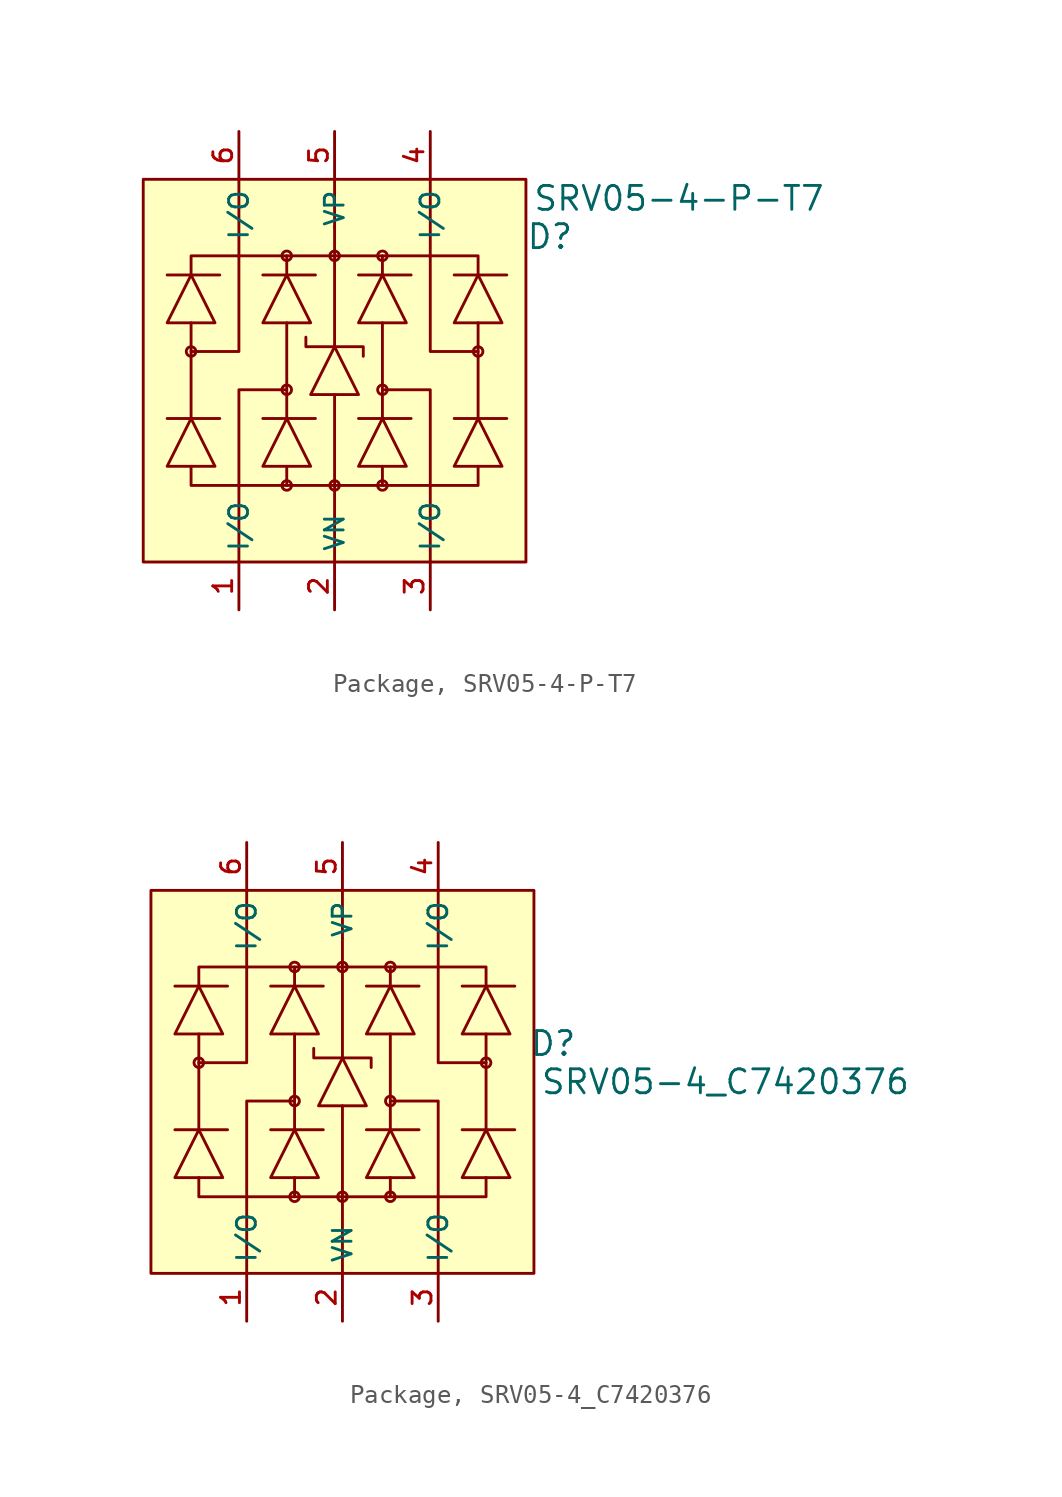
<source format=kicad_sym>
(kicad_symbol_lib
  (version 20231120)
  (generator "kicad_symbol_editor")
  (generator_version "8.0")
  (symbol "Package, SRV05-4-P-T7"
    (property "Reference" "D"
      (at 11.43 7.112 0)
      (effects (font (size 1.27 1.27))))
    (property "Value" "SRV05-4-P-T7"
      (at 18.288 9.144 0)
      (effects (font (size 1.27 1.27))))
    (symbol "Package, SRV05-4-P-T7_0_1"
      (rectangle (start -10.16 10.16) (end 10.16 -10.16) (stroke (width 0) (type default)) (fill (type background)))
      (circle (center -7.62 1.016) (radius 0.254) (stroke (width 0) (type default)) (fill (type background)))
      (circle (center -2.54 -6.096) (radius 0.254) (stroke (width 0) (type default)) (fill (type background)))
      (circle (center -2.54 -1.016) (radius 0.254) (stroke (width 0) (type default)) (fill (type background)))
      (circle (center -2.54 6.096) (radius 0.254) (stroke (width 0) (type default)) (fill (type background)))
      (circle (center 0 -6.096) (radius 0.254) (stroke (width 0) (type default)) (fill (type background)))
      (polyline (pts (xy -7.62 2.54) (xy -7.62 -2.54)) (stroke (width 0) (type default)) (fill (type none)))
      (polyline (pts (xy -6.096 -2.54) (xy -8.89 -2.54)) (stroke (width 0) (type default)) (fill (type none)))
      (polyline (pts (xy -6.096 5.08) (xy -8.89 5.08)) (stroke (width 0) (type default)) (fill (type none)))
      (polyline (pts (xy -2.54 -5.08) (xy -2.54 -6.096)) (stroke (width 0) (type default)) (fill (type none)))
      (polyline (pts (xy -2.54 2.54) (xy -2.54 -2.54)) (stroke (width 0) (type default)) (fill (type none)))
      (polyline (pts (xy -2.54 5.08) (xy -2.54 6.096)) (stroke (width 0) (type default)) (fill (type none)))
      (polyline (pts (xy -1.016 -2.54) (xy -3.81 -2.54)) (stroke (width 0) (type default)) (fill (type none)))
      (polyline (pts (xy -1.016 5.08) (xy -3.81 5.08)) (stroke (width 0) (type default)) (fill (type none)))
      (polyline (pts (xy 0 -1.27) (xy 0 -10.16)) (stroke (width 0) (type default)) (fill (type none)))
      (polyline (pts (xy 0 1.27) (xy 0 7.62)) (stroke (width 0) (type default)) (fill (type none)))
      (polyline (pts (xy 0 7.62) (xy 0 10.16)) (stroke (width 0) (type default)) (fill (type none)))
      (polyline (pts (xy 2.54 -5.08) (xy 2.54 -6.096)) (stroke (width 0) (type default)) (fill (type none)))
      (polyline (pts (xy 2.54 2.54) (xy 2.54 -2.54)) (stroke (width 0) (type default)) (fill (type none)))
      (polyline (pts (xy 2.54 5.08) (xy 2.54 6.096)) (stroke (width 0) (type default)) (fill (type none)))
      (polyline (pts (xy 4.064 -2.54) (xy 1.27 -2.54)) (stroke (width 0) (type default)) (fill (type none)))
      (polyline (pts (xy 4.064 5.08) (xy 1.27 5.08)) (stroke (width 0) (type default)) (fill (type none)))
      (polyline (pts (xy 7.62 2.54) (xy 7.62 -2.54)) (stroke (width 0) (type default)) (fill (type none)))
      (polyline (pts (xy 9.144 -2.54) (xy 6.35 -2.54)) (stroke (width 0) (type default)) (fill (type none)))
      (polyline (pts (xy 9.144 5.08) (xy 6.35 5.08)) (stroke (width 0) (type default)) (fill (type none)))
      (polyline (pts (xy -7.62 1.016) (xy -5.08 1.016) (xy -5.08 10.16)) (stroke (width 0) (type default)) (fill (type none)))
      (polyline (pts (xy -2.54 -1.016) (xy -5.08 -1.016) (xy -5.08 -10.16)) (stroke (width 0) (type default)) (fill (type none)))
      (polyline (pts (xy 2.54 -1.016) (xy 5.08 -1.016) (xy 5.08 -10.16)) (stroke (width 0) (type default)) (fill (type none)))
      (polyline (pts (xy 7.62 1.016) (xy 5.08 1.016) (xy 5.08 10.16)) (stroke (width 0) (type default)) (fill (type none)))
      (polyline (pts (xy -8.89 -5.08) (xy -7.62 -2.54) (xy -6.35 -5.08) (xy -8.89 -5.08)) (stroke (width 0) (type default)) (fill (type background)))
      (polyline (pts (xy -8.89 2.54) (xy -7.62 5.08) (xy -6.35 2.54) (xy -8.89 2.54)) (stroke (width 0) (type default)) (fill (type background)))
      (polyline (pts (xy -7.62 -5.08) (xy -7.62 -6.096) (xy 7.62 -6.096) (xy 7.62 -5.08)) (stroke (width 0) (type default)) (fill (type none)))
      (polyline (pts (xy -7.62 5.08) (xy -7.62 6.096) (xy 7.62 6.096) (xy 7.62 5.08)) (stroke (width 0) (type default)) (fill (type none)))
      (polyline (pts (xy -3.81 -5.08) (xy -2.54 -2.54) (xy -1.27 -5.08) (xy -3.81 -5.08)) (stroke (width 0) (type default)) (fill (type background)))
      (polyline (pts (xy -3.81 2.54) (xy -2.54 5.08) (xy -1.27 2.54) (xy -3.81 2.54)) (stroke (width 0) (type default)) (fill (type background)))
      (polyline (pts (xy 1.27 -5.08) (xy 2.54 -2.54) (xy 3.81 -5.08) (xy 1.27 -5.08)) (stroke (width 0) (type default)) (fill (type background)))
      (polyline (pts (xy 1.27 -1.27) (xy 0 1.27) (xy -1.27 -1.27) (xy 1.27 -1.27)) (stroke (width 0) (type default)) (fill (type background)))
      (polyline (pts (xy 1.27 2.54) (xy 2.54 5.08) (xy 3.81 2.54) (xy 1.27 2.54)) (stroke (width 0) (type default)) (fill (type background)))
      (polyline (pts (xy 6.35 -5.08) (xy 7.62 -2.54) (xy 8.89 -5.08) (xy 6.35 -5.08)) (stroke (width 0) (type default)) (fill (type background)))
      (polyline (pts (xy 6.35 2.54) (xy 7.62 5.08) (xy 8.89 2.54) (xy 6.35 2.54)) (stroke (width 0) (type default)) (fill (type background)))
      (polyline (pts (xy 1.524 0.762) (xy 1.524 0.762) (xy 1.524 1.27) (xy -1.524 1.27) (xy -1.524 1.778) (xy -1.524 1.778)) (stroke (width 0) (type default)) (fill (type none)))
      (circle (center 0 6.096) (radius 0.254) (stroke (width 0) (type default)) (fill (type background)))
      (circle (center 2.54 -6.096) (radius 0.254) (stroke (width 0) (type default)) (fill (type background)))
      (circle (center 2.54 -1.016) (radius 0.254) (stroke (width 0) (type default)) (fill (type background)))
      (circle (center 2.54 6.096) (radius 0.254) (stroke (width 0) (type default)) (fill (type background)))
      (circle (center 7.62 1.016) (radius 0.254) (stroke (width 0) (type default)) (fill (type background)))
      (pin unspecified line (at -5.08 -12.7 90) (length 2.54) (name "I/O" (effects (font (size 1 1)))) (number "1" (effects (font (size 1 1)))))
      (pin unspecified line (at 0 -12.7 90) (length 2.54) (name "VN" (effects (font (size 1 1)))) (number "2" (effects (font (size 1 1)))))
      (pin unspecified line (at 5.08 -12.7 90) (length 2.54) (name "I/O" (effects (font (size 1 1)))) (number "3" (effects (font (size 1 1)))))
      (pin unspecified line (at 5.08 12.7 270) (length 2.54) (name "I/O" (effects (font (size 1 1)))) (number "4" (effects (font (size 1 1)))))
      (pin unspecified line (at 0 12.7 270) (length 2.54) (name "VP" (effects (font (size 1 1)))) (number "5" (effects (font (size 1 1)))))
      (pin unspecified line (at -5.08 12.7 270) (length 2.54) (name "I/O" (effects (font (size 1 1)))) (number "6" (effects (font (size 1 1)))))))
  (symbol "Package, SRV05-4_C7420376"
    (property "Reference" "D"
      (at 11.176 2.032 0)
      (effects (font (size 1.27 1.27))))
    (property "Value" "SRV05-4_C7420376"
      (at 20.32 0 0)
      (effects (font (size 1.27 1.27))))
    (symbol "Package, SRV05-4_C7420376_0_1"
      (rectangle (start -10.16 10.16) (end 10.16 -10.16) (stroke (width 0) (type default)) (fill (type background)))
      (circle (center -7.62 1.016) (radius 0.254) (stroke (width 0) (type default)) (fill (type background)))
      (circle (center -2.54 -6.096) (radius 0.254) (stroke (width 0) (type default)) (fill (type background)))
      (circle (center -2.54 -1.016) (radius 0.254) (stroke (width 0) (type default)) (fill (type background)))
      (circle (center -2.54 6.096) (radius 0.254) (stroke (width 0) (type default)) (fill (type background)))
      (circle (center 0 -6.096) (radius 0.254) (stroke (width 0) (type default)) (fill (type background)))
      (polyline (pts (xy -7.62 2.54) (xy -7.62 -2.54)) (stroke (width 0) (type default)) (fill (type none)))
      (polyline (pts (xy -6.096 -2.54) (xy -8.89 -2.54)) (stroke (width 0) (type default)) (fill (type none)))
      (polyline (pts (xy -6.096 5.08) (xy -8.89 5.08)) (stroke (width 0) (type default)) (fill (type none)))
      (polyline (pts (xy -2.54 -5.08) (xy -2.54 -6.096)) (stroke (width 0) (type default)) (fill (type none)))
      (polyline (pts (xy -2.54 2.54) (xy -2.54 -2.54)) (stroke (width 0) (type default)) (fill (type none)))
      (polyline (pts (xy -2.54 5.08) (xy -2.54 6.096)) (stroke (width 0) (type default)) (fill (type none)))
      (polyline (pts (xy -1.016 -2.54) (xy -3.81 -2.54)) (stroke (width 0) (type default)) (fill (type none)))
      (polyline (pts (xy -1.016 5.08) (xy -3.81 5.08)) (stroke (width 0) (type default)) (fill (type none)))
      (polyline (pts (xy 0 -1.27) (xy 0 -10.16)) (stroke (width 0) (type default)) (fill (type none)))
      (polyline (pts (xy 0 1.27) (xy 0 7.62)) (stroke (width 0) (type default)) (fill (type none)))
      (polyline (pts (xy 0 7.62) (xy 0 10.16)) (stroke (width 0) (type default)) (fill (type none)))
      (polyline (pts (xy 2.54 -5.08) (xy 2.54 -6.096)) (stroke (width 0) (type default)) (fill (type none)))
      (polyline (pts (xy 2.54 2.54) (xy 2.54 -2.54)) (stroke (width 0) (type default)) (fill (type none)))
      (polyline (pts (xy 2.54 5.08) (xy 2.54 6.096)) (stroke (width 0) (type default)) (fill (type none)))
      (polyline (pts (xy 4.064 -2.54) (xy 1.27 -2.54)) (stroke (width 0) (type default)) (fill (type none)))
      (polyline (pts (xy 4.064 5.08) (xy 1.27 5.08)) (stroke (width 0) (type default)) (fill (type none)))
      (polyline (pts (xy 7.62 2.54) (xy 7.62 -2.54)) (stroke (width 0) (type default)) (fill (type none)))
      (polyline (pts (xy 9.144 -2.54) (xy 6.35 -2.54)) (stroke (width 0) (type default)) (fill (type none)))
      (polyline (pts (xy 9.144 5.08) (xy 6.35 5.08)) (stroke (width 0) (type default)) (fill (type none)))
      (polyline (pts (xy -7.62 1.016) (xy -5.08 1.016) (xy -5.08 10.16)) (stroke (width 0) (type default)) (fill (type none)))
      (polyline (pts (xy -2.54 -1.016) (xy -5.08 -1.016) (xy -5.08 -10.16)) (stroke (width 0) (type default)) (fill (type none)))
      (polyline (pts (xy 2.54 -1.016) (xy 5.08 -1.016) (xy 5.08 -10.16)) (stroke (width 0) (type default)) (fill (type none)))
      (polyline (pts (xy 7.62 1.016) (xy 5.08 1.016) (xy 5.08 10.16)) (stroke (width 0) (type default)) (fill (type none)))
      (polyline (pts (xy -8.89 -5.08) (xy -7.62 -2.54) (xy -6.35 -5.08) (xy -8.89 -5.08)) (stroke (width 0) (type default)) (fill (type background)))
      (polyline (pts (xy -8.89 2.54) (xy -7.62 5.08) (xy -6.35 2.54) (xy -8.89 2.54)) (stroke (width 0) (type default)) (fill (type background)))
      (polyline (pts (xy -7.62 -5.08) (xy -7.62 -6.096) (xy 7.62 -6.096) (xy 7.62 -5.08)) (stroke (width 0) (type default)) (fill (type none)))
      (polyline (pts (xy -7.62 5.08) (xy -7.62 6.096) (xy 7.62 6.096) (xy 7.62 5.08)) (stroke (width 0) (type default)) (fill (type none)))
      (polyline (pts (xy -3.81 -5.08) (xy -2.54 -2.54) (xy -1.27 -5.08) (xy -3.81 -5.08)) (stroke (width 0) (type default)) (fill (type background)))
      (polyline (pts (xy -3.81 2.54) (xy -2.54 5.08) (xy -1.27 2.54) (xy -3.81 2.54)) (stroke (width 0) (type default)) (fill (type background)))
      (polyline (pts (xy 1.27 -5.08) (xy 2.54 -2.54) (xy 3.81 -5.08) (xy 1.27 -5.08)) (stroke (width 0) (type default)) (fill (type background)))
      (polyline (pts (xy 1.27 -1.27) (xy 0 1.27) (xy -1.27 -1.27) (xy 1.27 -1.27)) (stroke (width 0) (type default)) (fill (type background)))
      (polyline (pts (xy 1.27 2.54) (xy 2.54 5.08) (xy 3.81 2.54) (xy 1.27 2.54)) (stroke (width 0) (type default)) (fill (type background)))
      (polyline (pts (xy 6.35 -5.08) (xy 7.62 -2.54) (xy 8.89 -5.08) (xy 6.35 -5.08)) (stroke (width 0) (type default)) (fill (type background)))
      (polyline (pts (xy 6.35 2.54) (xy 7.62 5.08) (xy 8.89 2.54) (xy 6.35 2.54)) (stroke (width 0) (type default)) (fill (type background)))
      (polyline (pts (xy 1.524 0.762) (xy 1.524 0.762) (xy 1.524 1.27) (xy -1.524 1.27) (xy -1.524 1.778) (xy -1.524 1.778)) (stroke (width 0) (type default)) (fill (type none)))
      (circle (center 0 6.096) (radius 0.254) (stroke (width 0) (type default)) (fill (type background)))
      (circle (center 2.54 -6.096) (radius 0.254) (stroke (width 0) (type default)) (fill (type background)))
      (circle (center 2.54 -1.016) (radius 0.254) (stroke (width 0) (type default)) (fill (type background)))
      (circle (center 2.54 6.096) (radius 0.254) (stroke (width 0) (type default)) (fill (type background)))
      (circle (center 7.62 1.016) (radius 0.254) (stroke (width 0) (type default)) (fill (type background)))
      (pin unspecified line (at -5.08 -12.7 90) (length 2.54) (name "I/O" (effects (font (size 1 1)))) (number "1" (effects (font (size 1 1)))))
      (pin unspecified line (at 0 -12.7 90) (length 2.54) (name "VN" (effects (font (size 1 1)))) (number "2" (effects (font (size 1 1)))))
      (pin unspecified line (at 5.08 -12.7 90) (length 2.54) (name "I/O" (effects (font (size 1 1)))) (number "3" (effects (font (size 1 1)))))
      (pin unspecified line (at 5.08 12.7 270) (length 2.54) (name "I/O" (effects (font (size 1 1)))) (number "4" (effects (font (size 1 1)))))
      (pin unspecified line (at 0 12.7 270) (length 2.54) (name "VP" (effects (font (size 1 1)))) (number "5" (effects (font (size 1 1)))))
      (pin unspecified line (at -5.08 12.7 270) (length 2.54) (name "I/O" (effects (font (size 1 1)))) (number "6" (effects (font (size 1 1))))))))
</source>
